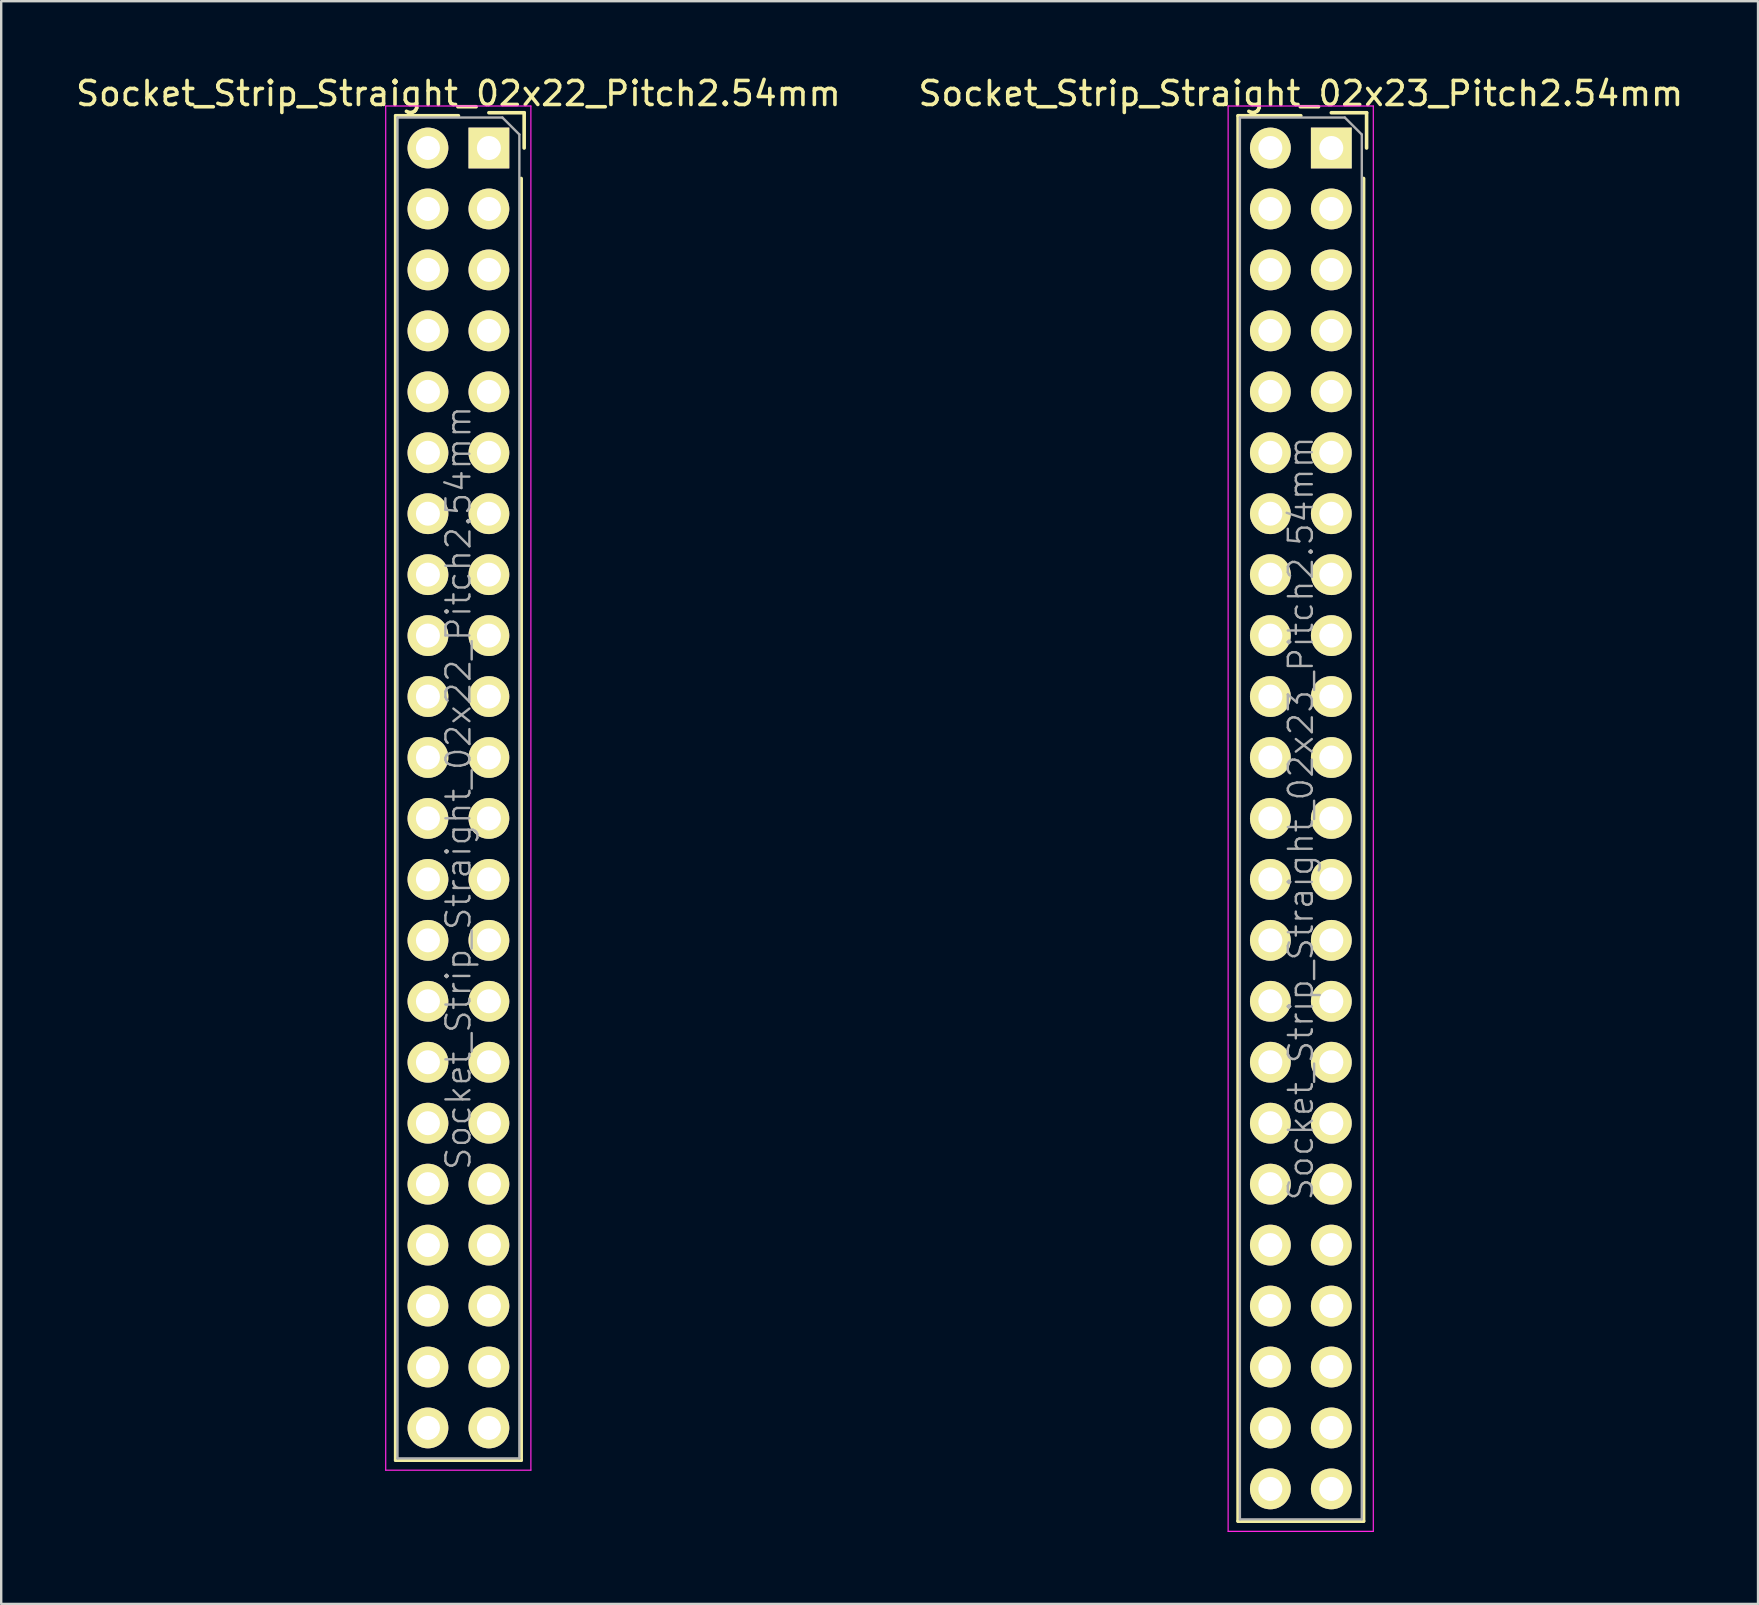
<source format=kicad_pcb>
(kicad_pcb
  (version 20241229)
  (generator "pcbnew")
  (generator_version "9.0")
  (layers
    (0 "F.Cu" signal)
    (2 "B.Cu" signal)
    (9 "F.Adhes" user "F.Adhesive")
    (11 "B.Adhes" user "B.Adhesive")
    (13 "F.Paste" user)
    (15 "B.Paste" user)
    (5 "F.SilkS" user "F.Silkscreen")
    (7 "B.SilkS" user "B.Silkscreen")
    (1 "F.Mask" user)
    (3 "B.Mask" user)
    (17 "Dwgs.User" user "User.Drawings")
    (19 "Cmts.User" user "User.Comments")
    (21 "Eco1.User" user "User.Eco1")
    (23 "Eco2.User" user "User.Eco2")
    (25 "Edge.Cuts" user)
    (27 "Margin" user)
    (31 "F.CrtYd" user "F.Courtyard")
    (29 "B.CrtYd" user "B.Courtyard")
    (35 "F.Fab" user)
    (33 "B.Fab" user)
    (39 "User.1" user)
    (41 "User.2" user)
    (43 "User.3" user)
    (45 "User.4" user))
  (footprint "Socket_Strip_Straight_02x22_Pitch2.54mm"
    (layer "F.Cu")
    (at 17.324 3.118)
    (property "Reference" "Socket_Strip_Straight_02x22_Pitch2.54mm" (at -1.27 -2.27 0) (layer "F.SilkS") (effects (font (size 1 1) (thickness 0.15))))
    (attr smd)
    (fp_line (start -3.885 -1.345) (end -3.885 54.685) (stroke (width 0.15) (type solid)) (layer "F.SilkS"))
    (fp_line (start -1.27 -1.345) (end -3.885 -1.345) (stroke (width 0.15) (type solid)) (layer "F.SilkS"))
    (fp_line (start 1.345 1.27) (end 1.345 54.685) (stroke (width 0.15) (type solid)) (layer "F.SilkS"))
    (fp_line (start 1.345 54.685) (end -3.885 54.685) (stroke (width 0.15) (type solid)) (layer "F.SilkS"))
    (fp_line (start 1.47 -1.47) (end 0 -1.47) (stroke (width 0.15) (type solid)) (layer "F.SilkS"))
    (fp_line (start 1.47 -1.47) (end 1.47 0) (stroke (width 0.15) (type solid)) (layer "F.SilkS"))
    (fp_line (start -4.3 -1.75) (end -4.3 55.1) (stroke (width 0.05) (type solid)) (layer "F.CrtYd"))
    (fp_line (start 1.75 -1.75) (end -4.3 -1.75) (stroke (width 0.05) (type solid)) (layer "F.CrtYd"))
    (fp_line (start 1.75 -1.75) (end 1.75 55.1) (stroke (width 0.05) (type solid)) (layer "F.CrtYd"))
    (fp_line (start 1.75 55.1) (end -4.3 55.1) (stroke (width 0.05) (type solid)) (layer "F.CrtYd"))
    (fp_line (start -3.81 -1.27) (end 0.563 -1.27) (stroke (width 0.1) (type solid)) (layer "F.Fab"))
    (fp_line (start -3.81 54.61) (end -3.81 -1.27) (stroke (width 0.1) (type solid)) (layer "F.Fab"))
    (fp_line (start -3.81 54.61) (end 1.27 54.61) (stroke (width 0.1) (type solid)) (layer "F.Fab"))
    (fp_line (start 1.27 -0.563) (end 0.563 -1.27) (stroke (width 0.1) (type solid)) (layer "F.Fab"))
    (fp_line (start 1.27 54.61) (end 1.27 -0.563) (stroke (width 0.1) (type solid)) (layer "F.Fab"))
    (fp_text user "${REFERENCE}" (at -1.27 26.67 90) (layer "F.Fab") (effects (font (size 1 1) (thickness 0.1))))
    (pad "1" thru_hole rect (at 0 0) (size 1.7 1.7) (drill 1) (layers "*.Cu" "*.Mask" "F.SilkS"))
    (pad "2" thru_hole oval (at -2.54 0) (size 1.7 1.7) (drill 1) (layers "*.Cu" "*.Mask" "F.SilkS"))
    (pad "3" thru_hole oval (at 0 2.54) (size 1.7 1.7) (drill 1) (layers "*.Cu" "*.Mask" "F.SilkS"))
    (pad "4" thru_hole oval (at -2.54 2.54) (size 1.7 1.7) (drill 1) (layers "*.Cu" "*.Mask" "F.SilkS"))
    (pad "5" thru_hole oval (at 0 5.08) (size 1.7 1.7) (drill 1) (layers "*.Cu" "*.Mask" "F.SilkS"))
    (pad "6" thru_hole oval (at -2.54 5.08) (size 1.7 1.7) (drill 1) (layers "*.Cu" "*.Mask" "F.SilkS"))
    (pad "7" thru_hole oval (at 0 7.62) (size 1.7 1.7) (drill 1) (layers "*.Cu" "*.Mask" "F.SilkS"))
    (pad "8" thru_hole oval (at -2.54 7.62) (size 1.7 1.7) (drill 1) (layers "*.Cu" "*.Mask" "F.SilkS"))
    (pad "9" thru_hole oval (at 0 10.16) (size 1.7 1.7) (drill 1) (layers "*.Cu" "*.Mask" "F.SilkS"))
    (pad "10" thru_hole oval (at -2.54 10.16) (size 1.7 1.7) (drill 1) (layers "*.Cu" "*.Mask" "F.SilkS"))
    (pad "11" thru_hole oval (at 0 12.7) (size 1.7 1.7) (drill 1) (layers "*.Cu" "*.Mask" "F.SilkS"))
    (pad "12" thru_hole oval (at -2.54 12.7) (size 1.7 1.7) (drill 1) (layers "*.Cu" "*.Mask" "F.SilkS"))
    (pad "13" thru_hole oval (at 0 15.24) (size 1.7 1.7) (drill 1) (layers "*.Cu" "*.Mask" "F.SilkS"))
    (pad "14" thru_hole oval (at -2.54 15.24) (size 1.7 1.7) (drill 1) (layers "*.Cu" "*.Mask" "F.SilkS"))
    (pad "15" thru_hole oval (at 0 17.78) (size 1.7 1.7) (drill 1) (layers "*.Cu" "*.Mask" "F.SilkS"))
    (pad "16" thru_hole oval (at -2.54 17.78) (size 1.7 1.7) (drill 1) (layers "*.Cu" "*.Mask" "F.SilkS"))
    (pad "17" thru_hole oval (at 0 20.32) (size 1.7 1.7) (drill 1) (layers "*.Cu" "*.Mask" "F.SilkS"))
    (pad "18" thru_hole oval (at -2.54 20.32) (size 1.7 1.7) (drill 1) (layers "*.Cu" "*.Mask" "F.SilkS"))
    (pad "19" thru_hole oval (at 0 22.86) (size 1.7 1.7) (drill 1) (layers "*.Cu" "*.Mask" "F.SilkS"))
    (pad "20" thru_hole oval (at -2.54 22.86) (size 1.7 1.7) (drill 1) (layers "*.Cu" "*.Mask" "F.SilkS"))
    (pad "21" thru_hole oval (at 0 25.4) (size 1.7 1.7) (drill 1) (layers "*.Cu" "*.Mask" "F.SilkS"))
    (pad "22" thru_hole oval (at -2.54 25.4) (size 1.7 1.7) (drill 1) (layers "*.Cu" "*.Mask" "F.SilkS"))
    (pad "23" thru_hole oval (at 0 27.94) (size 1.7 1.7) (drill 1) (layers "*.Cu" "*.Mask" "F.SilkS"))
    (pad "24" thru_hole oval (at -2.54 27.94) (size 1.7 1.7) (drill 1) (layers "*.Cu" "*.Mask" "F.SilkS"))
    (pad "25" thru_hole oval (at 0 30.48) (size 1.7 1.7) (drill 1) (layers "*.Cu" "*.Mask" "F.SilkS"))
    (pad "26" thru_hole oval (at -2.54 30.48) (size 1.7 1.7) (drill 1) (layers "*.Cu" "*.Mask" "F.SilkS"))
    (pad "27" thru_hole oval (at 0 33.02) (size 1.7 1.7) (drill 1) (layers "*.Cu" "*.Mask" "F.SilkS"))
    (pad "28" thru_hole oval (at -2.54 33.02) (size 1.7 1.7) (drill 1) (layers "*.Cu" "*.Mask" "F.SilkS"))
    (pad "29" thru_hole oval (at 0 35.56) (size 1.7 1.7) (drill 1) (layers "*.Cu" "*.Mask" "F.SilkS"))
    (pad "30" thru_hole oval (at -2.54 35.56) (size 1.7 1.7) (drill 1) (layers "*.Cu" "*.Mask" "F.SilkS"))
    (pad "31" thru_hole oval (at 0 38.1) (size 1.7 1.7) (drill 1) (layers "*.Cu" "*.Mask" "F.SilkS"))
    (pad "32" thru_hole oval (at -2.54 38.1) (size 1.7 1.7) (drill 1) (layers "*.Cu" "*.Mask" "F.SilkS"))
    (pad "33" thru_hole oval (at 0 40.64) (size 1.7 1.7) (drill 1) (layers "*.Cu" "*.Mask" "F.SilkS"))
    (pad "34" thru_hole oval (at -2.54 40.64) (size 1.7 1.7) (drill 1) (layers "*.Cu" "*.Mask" "F.SilkS"))
    (pad "35" thru_hole oval (at 0 43.18) (size 1.7 1.7) (drill 1) (layers "*.Cu" "*.Mask" "F.SilkS"))
    (pad "36" thru_hole oval (at -2.54 43.18) (size 1.7 1.7) (drill 1) (layers "*.Cu" "*.Mask" "F.SilkS"))
    (pad "37" thru_hole oval (at 0 45.72) (size 1.7 1.7) (drill 1) (layers "*.Cu" "*.Mask" "F.SilkS"))
    (pad "38" thru_hole oval (at -2.54 45.72) (size 1.7 1.7) (drill 1) (layers "*.Cu" "*.Mask" "F.SilkS"))
    (pad "39" thru_hole oval (at 0 48.26) (size 1.7 1.7) (drill 1) (layers "*.Cu" "*.Mask" "F.SilkS"))
    (pad "40" thru_hole oval (at -2.54 48.26) (size 1.7 1.7) (drill 1) (layers "*.Cu" "*.Mask" "F.SilkS"))
    (pad "41" thru_hole oval (at 0 50.8) (size 1.7 1.7) (drill 1) (layers "*.Cu" "*.Mask" "F.SilkS"))
    (pad "42" thru_hole oval (at -2.54 50.8) (size 1.7 1.7) (drill 1) (layers "*.Cu" "*.Mask" "F.SilkS"))
    (pad "43" thru_hole oval (at 0 53.34) (size 1.7 1.7) (drill 1) (layers "*.Cu" "*.Mask" "F.SilkS"))
    (pad "44" thru_hole oval (at -2.54 53.34) (size 1.7 1.7) (drill 1) (layers "*.Cu" "*.Mask" "F.SilkS")))
  (footprint "Socket_Strip_Straight_02x23_Pitch2.54mm"
    (layer "F.Cu")
    (at 52.431 3.118)
    (property "Reference" "Socket_Strip_Straight_02x23_Pitch2.54mm" (at -1.27 -2.27 0) (layer "F.SilkS") (effects (font (size 1 1) (thickness 0.15))))
    (attr smd)
    (fp_line (start -3.885 -1.345) (end -3.885 57.225) (stroke (width 0.15) (type solid)) (layer "F.SilkS"))
    (fp_line (start -1.27 -1.345) (end -3.885 -1.345) (stroke (width 0.15) (type solid)) (layer "F.SilkS"))
    (fp_line (start 1.345 1.27) (end 1.345 57.225) (stroke (width 0.15) (type solid)) (layer "F.SilkS"))
    (fp_line (start 1.345 57.225) (end -3.885 57.225) (stroke (width 0.15) (type solid)) (layer "F.SilkS"))
    (fp_line (start 1.47 -1.47) (end 0 -1.47) (stroke (width 0.15) (type solid)) (layer "F.SilkS"))
    (fp_line (start 1.47 -1.47) (end 1.47 0) (stroke (width 0.15) (type solid)) (layer "F.SilkS"))
    (fp_line (start -4.3 -1.75) (end -4.3 57.65) (stroke (width 0.05) (type solid)) (layer "F.CrtYd"))
    (fp_line (start 1.75 -1.75) (end -4.3 -1.75) (stroke (width 0.05) (type solid)) (layer "F.CrtYd"))
    (fp_line (start 1.75 -1.75) (end 1.75 57.65) (stroke (width 0.05) (type solid)) (layer "F.CrtYd"))
    (fp_line (start 1.75 57.65) (end -4.3 57.65) (stroke (width 0.05) (type solid)) (layer "F.CrtYd"))
    (fp_line (start -3.81 -1.27) (end 0.563 -1.27) (stroke (width 0.1) (type solid)) (layer "F.Fab"))
    (fp_line (start -3.81 57.15) (end -3.81 -1.27) (stroke (width 0.1) (type solid)) (layer "F.Fab"))
    (fp_line (start -3.81 57.15) (end 1.27 57.15) (stroke (width 0.1) (type solid)) (layer "F.Fab"))
    (fp_line (start 1.27 -0.563) (end 0.563 -1.27) (stroke (width 0.1) (type solid)) (layer "F.Fab"))
    (fp_line (start 1.27 57.15) (end 1.27 -0.563) (stroke (width 0.1) (type solid)) (layer "F.Fab"))
    (fp_text user "${REFERENCE}" (at -1.27 27.94 90) (layer "F.Fab") (effects (font (size 1 1) (thickness 0.1))))
    (pad "1" thru_hole rect (at 0 0) (size 1.7 1.7) (drill 1) (layers "*.Cu" "*.Mask" "F.SilkS"))
    (pad "2" thru_hole oval (at -2.54 0) (size 1.7 1.7) (drill 1) (layers "*.Cu" "*.Mask" "F.SilkS"))
    (pad "3" thru_hole oval (at 0 2.54) (size 1.7 1.7) (drill 1) (layers "*.Cu" "*.Mask" "F.SilkS"))
    (pad "4" thru_hole oval (at -2.54 2.54) (size 1.7 1.7) (drill 1) (layers "*.Cu" "*.Mask" "F.SilkS"))
    (pad "5" thru_hole oval (at 0 5.08) (size 1.7 1.7) (drill 1) (layers "*.Cu" "*.Mask" "F.SilkS"))
    (pad "6" thru_hole oval (at -2.54 5.08) (size 1.7 1.7) (drill 1) (layers "*.Cu" "*.Mask" "F.SilkS"))
    (pad "7" thru_hole oval (at 0 7.62) (size 1.7 1.7) (drill 1) (layers "*.Cu" "*.Mask" "F.SilkS"))
    (pad "8" thru_hole oval (at -2.54 7.62) (size 1.7 1.7) (drill 1) (layers "*.Cu" "*.Mask" "F.SilkS"))
    (pad "9" thru_hole oval (at 0 10.16) (size 1.7 1.7) (drill 1) (layers "*.Cu" "*.Mask" "F.SilkS"))
    (pad "10" thru_hole oval (at -2.54 10.16) (size 1.7 1.7) (drill 1) (layers "*.Cu" "*.Mask" "F.SilkS"))
    (pad "11" thru_hole oval (at 0 12.7) (size 1.7 1.7) (drill 1) (layers "*.Cu" "*.Mask" "F.SilkS"))
    (pad "12" thru_hole oval (at -2.54 12.7) (size 1.7 1.7) (drill 1) (layers "*.Cu" "*.Mask" "F.SilkS"))
    (pad "13" thru_hole oval (at 0 15.24) (size 1.7 1.7) (drill 1) (layers "*.Cu" "*.Mask" "F.SilkS"))
    (pad "14" thru_hole oval (at -2.54 15.24) (size 1.7 1.7) (drill 1) (layers "*.Cu" "*.Mask" "F.SilkS"))
    (pad "15" thru_hole oval (at 0 17.78) (size 1.7 1.7) (drill 1) (layers "*.Cu" "*.Mask" "F.SilkS"))
    (pad "16" thru_hole oval (at -2.54 17.78) (size 1.7 1.7) (drill 1) (layers "*.Cu" "*.Mask" "F.SilkS"))
    (pad "17" thru_hole oval (at 0 20.32) (size 1.7 1.7) (drill 1) (layers "*.Cu" "*.Mask" "F.SilkS"))
    (pad "18" thru_hole oval (at -2.54 20.32) (size 1.7 1.7) (drill 1) (layers "*.Cu" "*.Mask" "F.SilkS"))
    (pad "19" thru_hole oval (at 0 22.86) (size 1.7 1.7) (drill 1) (layers "*.Cu" "*.Mask" "F.SilkS"))
    (pad "20" thru_hole oval (at -2.54 22.86) (size 1.7 1.7) (drill 1) (layers "*.Cu" "*.Mask" "F.SilkS"))
    (pad "21" thru_hole oval (at 0 25.4) (size 1.7 1.7) (drill 1) (layers "*.Cu" "*.Mask" "F.SilkS"))
    (pad "22" thru_hole oval (at -2.54 25.4) (size 1.7 1.7) (drill 1) (layers "*.Cu" "*.Mask" "F.SilkS"))
    (pad "23" thru_hole oval (at 0 27.94) (size 1.7 1.7) (drill 1) (layers "*.Cu" "*.Mask" "F.SilkS"))
    (pad "24" thru_hole oval (at -2.54 27.94) (size 1.7 1.7) (drill 1) (layers "*.Cu" "*.Mask" "F.SilkS"))
    (pad "25" thru_hole oval (at 0 30.48) (size 1.7 1.7) (drill 1) (layers "*.Cu" "*.Mask" "F.SilkS"))
    (pad "26" thru_hole oval (at -2.54 30.48) (size 1.7 1.7) (drill 1) (layers "*.Cu" "*.Mask" "F.SilkS"))
    (pad "27" thru_hole oval (at 0 33.02) (size 1.7 1.7) (drill 1) (layers "*.Cu" "*.Mask" "F.SilkS"))
    (pad "28" thru_hole oval (at -2.54 33.02) (size 1.7 1.7) (drill 1) (layers "*.Cu" "*.Mask" "F.SilkS"))
    (pad "29" thru_hole oval (at 0 35.56) (size 1.7 1.7) (drill 1) (layers "*.Cu" "*.Mask" "F.SilkS"))
    (pad "30" thru_hole oval (at -2.54 35.56) (size 1.7 1.7) (drill 1) (layers "*.Cu" "*.Mask" "F.SilkS"))
    (pad "31" thru_hole oval (at 0 38.1) (size 1.7 1.7) (drill 1) (layers "*.Cu" "*.Mask" "F.SilkS"))
    (pad "32" thru_hole oval (at -2.54 38.1) (size 1.7 1.7) (drill 1) (layers "*.Cu" "*.Mask" "F.SilkS"))
    (pad "33" thru_hole oval (at 0 40.64) (size 1.7 1.7) (drill 1) (layers "*.Cu" "*.Mask" "F.SilkS"))
    (pad "34" thru_hole oval (at -2.54 40.64) (size 1.7 1.7) (drill 1) (layers "*.Cu" "*.Mask" "F.SilkS"))
    (pad "35" thru_hole oval (at 0 43.18) (size 1.7 1.7) (drill 1) (layers "*.Cu" "*.Mask" "F.SilkS"))
    (pad "36" thru_hole oval (at -2.54 43.18) (size 1.7 1.7) (drill 1) (layers "*.Cu" "*.Mask" "F.SilkS"))
    (pad "37" thru_hole oval (at 0 45.72) (size 1.7 1.7) (drill 1) (layers "*.Cu" "*.Mask" "F.SilkS"))
    (pad "38" thru_hole oval (at -2.54 45.72) (size 1.7 1.7) (drill 1) (layers "*.Cu" "*.Mask" "F.SilkS"))
    (pad "39" thru_hole oval (at 0 48.26) (size 1.7 1.7) (drill 1) (layers "*.Cu" "*.Mask" "F.SilkS"))
    (pad "40" thru_hole oval (at -2.54 48.26) (size 1.7 1.7) (drill 1) (layers "*.Cu" "*.Mask" "F.SilkS"))
    (pad "41" thru_hole oval (at 0 50.8) (size 1.7 1.7) (drill 1) (layers "*.Cu" "*.Mask" "F.SilkS"))
    (pad "42" thru_hole oval (at -2.54 50.8) (size 1.7 1.7) (drill 1) (layers "*.Cu" "*.Mask" "F.SilkS"))
    (pad "43" thru_hole oval (at 0 53.34) (size 1.7 1.7) (drill 1) (layers "*.Cu" "*.Mask" "F.SilkS"))
    (pad "44" thru_hole oval (at -2.54 53.34) (size 1.7 1.7) (drill 1) (layers "*.Cu" "*.Mask" "F.SilkS"))
    (pad "45" thru_hole oval (at 0 55.88) (size 1.7 1.7) (drill 1) (layers "*.Cu" "*.Mask" "F.SilkS"))
    (pad "46" thru_hole oval (at -2.54 55.88) (size 1.7 1.7) (drill 1) (layers "*.Cu" "*.Mask" "F.SilkS")))
  (gr_rect
    (start -3 -3)
    (end 70.214 63.793)
    (stroke (width 0.1) (type default))
    (fill no)
    (layer "Edge.Cuts")))
</source>
